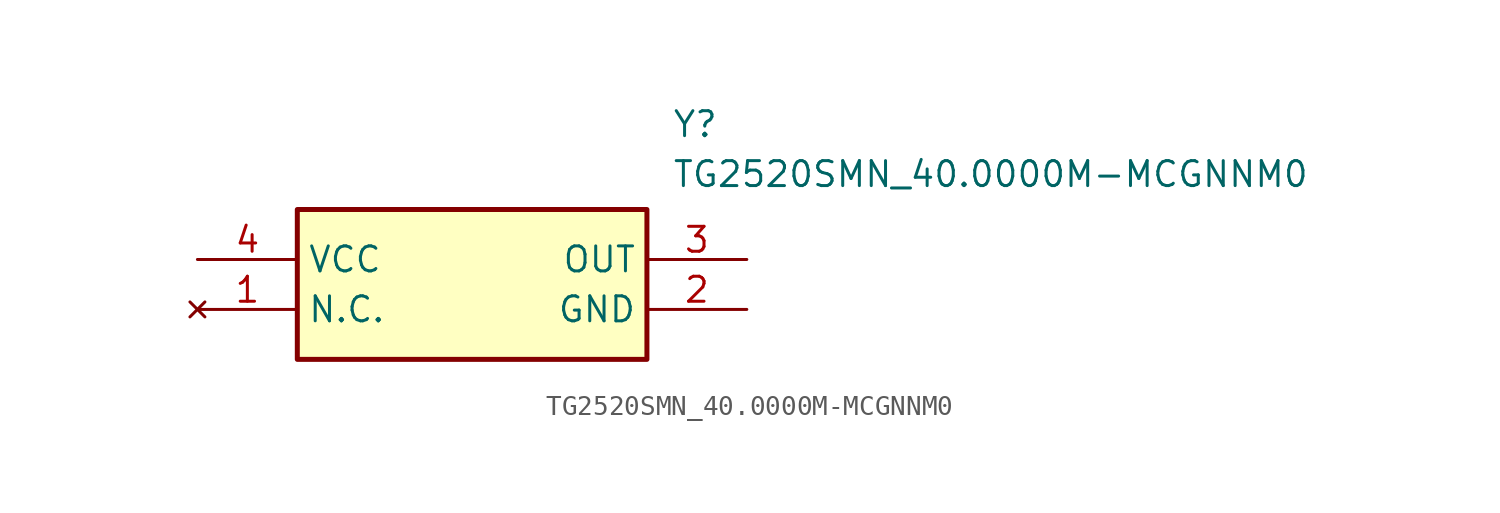
<source format=kicad_sym>
(kicad_symbol_lib
  (version 20211014)
  (generator SamacSys_ECAD_Model)
  (symbol "TG2520SMN_40.0000M-MCGNNM0"
    (property "Reference" "Y"
      (at 24.13 7.62 0)
      (effects (font (size 1.27 1.27)) (justify left top)))
    (property "Value" "TG2520SMN_40.0000M-MCGNNM0"
      (at 24.13 5.08 0)
      (effects (font (size 1.27 1.27)) (justify left top)))
    (rectangle
      (start 5.08 2.54)
      (end 22.86 -5.08)
      (stroke (width 0.254) (type default))
      (fill (type background)))
    (pin no_connect line
      (at 0 -2.54 0)
      (length 5.08)
      (name "N.C." (effects (font (size 1.27 1.27))))
      (number "1" (effects (font (size 1.27 1.27)))))
    (pin passive line
      (at 27.94 -2.54 180)
      (length 5.08)
      (name "GND" (effects (font (size 1.27 1.27))))
      (number "2" (effects (font (size 1.27 1.27)))))
    (pin passive line
      (at 27.94 0 180)
      (length 5.08)
      (name "OUT" (effects (font (size 1.27 1.27))))
      (number "3" (effects (font (size 1.27 1.27)))))
    (pin passive line
      (at 0 0 0)
      (length 5.08)
      (name "VCC" (effects (font (size 1.27 1.27))))
      (number "4" (effects (font (size 1.27 1.27)))))))
</source>
